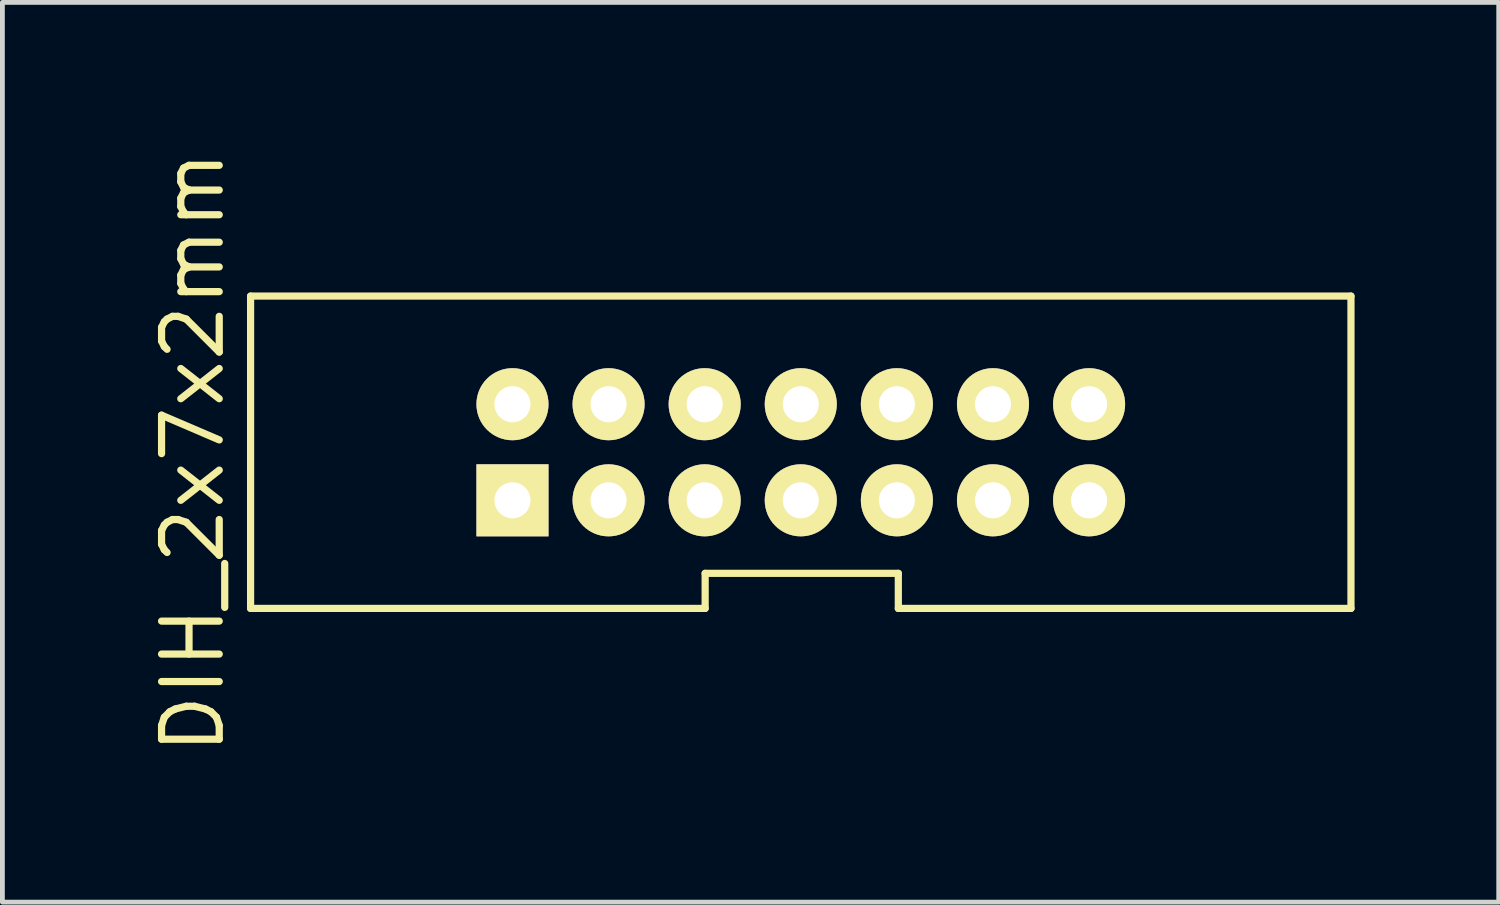
<source format=kicad_pcb>
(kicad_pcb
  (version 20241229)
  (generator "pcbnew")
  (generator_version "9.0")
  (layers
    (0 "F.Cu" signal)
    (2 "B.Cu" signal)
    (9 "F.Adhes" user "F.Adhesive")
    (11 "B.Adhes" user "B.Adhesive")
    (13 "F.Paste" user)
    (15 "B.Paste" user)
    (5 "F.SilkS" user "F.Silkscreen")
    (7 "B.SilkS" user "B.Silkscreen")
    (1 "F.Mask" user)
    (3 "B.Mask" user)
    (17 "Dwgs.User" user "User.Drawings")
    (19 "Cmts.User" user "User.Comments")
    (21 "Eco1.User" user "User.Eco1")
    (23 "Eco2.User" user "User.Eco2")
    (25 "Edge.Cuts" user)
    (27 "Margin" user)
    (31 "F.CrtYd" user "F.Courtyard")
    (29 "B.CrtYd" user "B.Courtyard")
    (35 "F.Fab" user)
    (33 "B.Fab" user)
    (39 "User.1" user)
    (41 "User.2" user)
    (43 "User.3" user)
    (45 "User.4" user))
  (footprint "DIH_2x7x2mm"
    (layer "F.Cu")
    (at 13.615 6.362)
    (property "Reference" "DIH_2x7x2mm" (at -12.65 0 90) (layer "F.SilkS") (effects (font (size 1.2 1.2) (thickness 0.15))))
    (attr through_hole)
    (fp_line (start -11.45 -3.25) (end -11.45 3.25) (stroke (width 0.15) (type solid)) (layer "F.SilkS"))
    (fp_line (start -11.45 3.25) (end -1.99 3.25) (stroke (width 0.15) (type solid)) (layer "F.SilkS"))
    (fp_line (start -1.99 2.52) (end 2.03 2.52) (stroke (width 0.15) (type solid)) (layer "F.SilkS"))
    (fp_line (start -1.99 3.25) (end -1.99 2.52) (stroke (width 0.15) (type solid)) (layer "F.SilkS"))
    (fp_line (start 2.03 2.52) (end 2.03 3.25) (stroke (width 0.15) (type solid)) (layer "F.SilkS"))
    (fp_line (start 2.03 3.25) (end 11.45 3.25) (stroke (width 0.15) (type solid)) (layer "F.SilkS"))
    (fp_line (start 11.45 -3.25) (end -11.45 -3.25) (stroke (width 0.15) (type solid)) (layer "F.SilkS"))
    (fp_line (start 11.45 3.25) (end 11.45 -3.25) (stroke (width 0.15) (type solid)) (layer "F.SilkS"))
    (pad "1" thru_hole rect (at -6 1) (size 1.5 1.5) (drill 0.75) (layers "*.Cu" "*.Mask" "F.SilkS"))
    (pad "2" thru_hole circle (at -6 -1) (size 1.5 1.5) (drill 0.75) (layers "*.Cu" "*.Mask" "F.SilkS"))
    (pad "3" thru_hole circle (at -4 1) (size 1.5 1.5) (drill 0.75) (layers "*.Cu" "*.Mask" "F.SilkS"))
    (pad "4" thru_hole circle (at -4 -1) (size 1.5 1.5) (drill 0.75) (layers "*.Cu" "*.Mask" "F.SilkS"))
    (pad "5" thru_hole circle (at -2 1) (size 1.5 1.5) (drill 0.75) (layers "*.Cu" "*.Mask" "F.SilkS"))
    (pad "6" thru_hole circle (at -2 -1) (size 1.5 1.5) (drill 0.75) (layers "*.Cu" "*.Mask" "F.SilkS"))
    (pad "7" thru_hole circle (at 0 1) (size 1.5 1.5) (drill 0.75) (layers "*.Cu" "*.Mask" "F.SilkS"))
    (pad "8" thru_hole circle (at 0 -1) (size 1.5 1.5) (drill 0.75) (layers "*.Cu" "*.Mask" "F.SilkS"))
    (pad "9" thru_hole circle (at 2 1) (size 1.5 1.5) (drill 0.75) (layers "*.Cu" "*.Mask" "F.SilkS"))
    (pad "10" thru_hole circle (at 2 -1) (size 1.5 1.5) (drill 0.75) (layers "*.Cu" "*.Mask" "F.SilkS"))
    (pad "11" thru_hole circle (at 4 1) (size 1.5 1.5) (drill 0.75) (layers "*.Cu" "*.Mask" "F.SilkS"))
    (pad "12" thru_hole circle (at 4 -1) (size 1.5 1.5) (drill 0.75) (layers "*.Cu" "*.Mask" "F.SilkS"))
    (pad "13" thru_hole circle (at 6 1) (size 1.5 1.5) (drill 0.75) (layers "*.Cu" "*.Mask" "F.SilkS"))
    (pad "14" thru_hole circle (at 6 -1) (size 1.5 1.5) (drill 0.75) (layers "*.Cu" "*.Mask" "F.SilkS")))
  (gr_rect
    (start -3 -3)
    (end 28.14 15.724)
    (stroke (width 0.1) (type default))
    (fill no)
    (layer "Edge.Cuts")))
</source>
